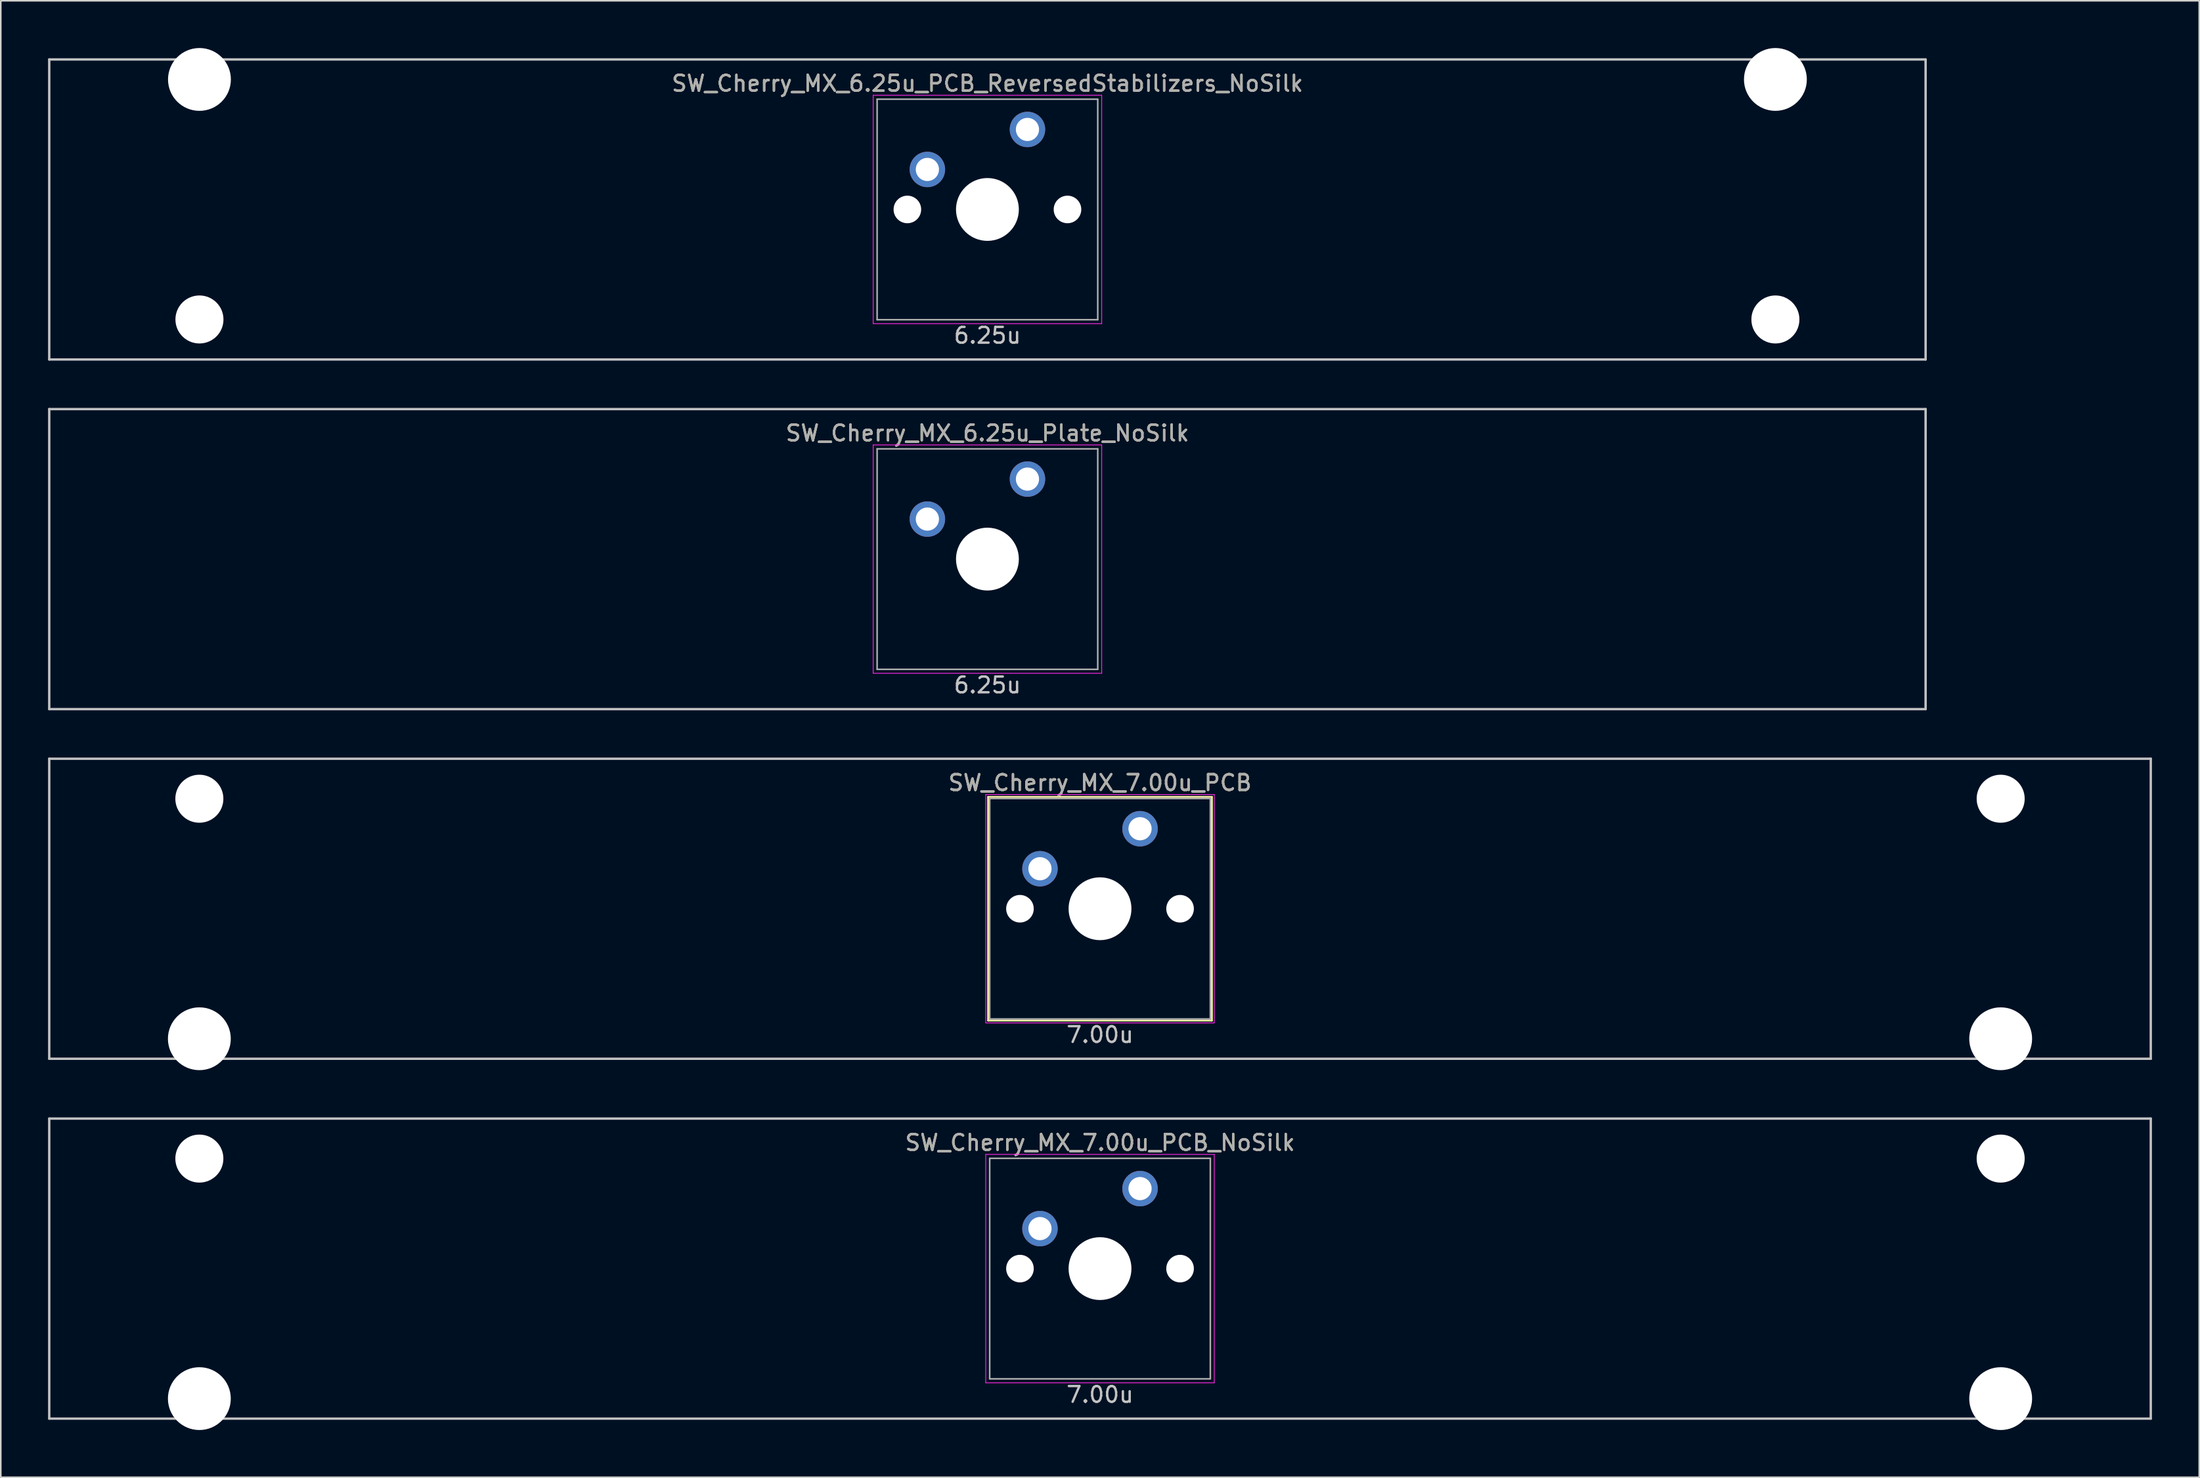
<source format=kicad_pcb>
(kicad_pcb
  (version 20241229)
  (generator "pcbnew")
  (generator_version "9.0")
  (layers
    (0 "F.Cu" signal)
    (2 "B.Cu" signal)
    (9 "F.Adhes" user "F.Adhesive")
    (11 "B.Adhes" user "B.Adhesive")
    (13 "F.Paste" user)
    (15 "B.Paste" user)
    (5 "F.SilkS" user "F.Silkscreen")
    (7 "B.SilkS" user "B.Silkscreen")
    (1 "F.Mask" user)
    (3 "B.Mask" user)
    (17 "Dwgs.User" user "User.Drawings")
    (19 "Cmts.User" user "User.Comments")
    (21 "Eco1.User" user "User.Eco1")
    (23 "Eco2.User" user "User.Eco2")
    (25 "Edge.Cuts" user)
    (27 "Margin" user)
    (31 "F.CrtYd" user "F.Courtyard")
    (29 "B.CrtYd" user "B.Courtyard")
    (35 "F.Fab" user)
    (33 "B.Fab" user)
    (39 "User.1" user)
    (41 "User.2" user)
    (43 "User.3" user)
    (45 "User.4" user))
  (footprint "SW_Cherry_MX_6.25u_Plate_NoSilk"
    (layer "F.Cu")
    (at 59.606 32.449)
    (property "Reference" "SW_Cherry_MX_6.25u_Plate_NoSilk" (at 0 -8 0) (layer "F.SilkS") (effects (font (size 1 1) (thickness 0.15))))
    (attr through_hole)
    (fp_line (start -59.531 -9.525) (end 59.531 -9.525) (stroke (width 0.15) (type solid)) (layer "Dwgs.User"))
    (fp_line (start -59.531 9.525) (end -59.531 -9.525) (stroke (width 0.15) (type solid)) (layer "Dwgs.User"))
    (fp_line (start -59.531 9.525) (end 59.531 9.525) (stroke (width 0.15) (type solid)) (layer "Dwgs.User"))
    (fp_line (start 59.531 -9.525) (end 59.531 9.525) (stroke (width 0.15) (type solid)) (layer "Dwgs.User"))
    (fp_line (start -7.25 -7.25) (end 7.25 -7.25) (stroke (width 0.05) (type solid)) (layer "F.CrtYd"))
    (fp_line (start -7.25 7.25) (end -7.25 -7.25) (stroke (width 0.05) (type solid)) (layer "F.CrtYd"))
    (fp_line (start 7.25 -7.25) (end 7.25 7.25) (stroke (width 0.05) (type solid)) (layer "F.CrtYd"))
    (fp_line (start 7.25 7.25) (end -7.25 7.25) (stroke (width 0.05) (type solid)) (layer "F.CrtYd"))
    (fp_line (start -7 -7) (end 7 -7) (stroke (width 0.1) (type solid)) (layer "F.Fab"))
    (fp_line (start -7 7) (end -7 -7) (stroke (width 0.1) (type solid)) (layer "F.Fab"))
    (fp_line (start 7 -7) (end 7 7) (stroke (width 0.1) (type solid)) (layer "F.Fab"))
    (fp_line (start 7 7) (end -7 7) (stroke (width 0.1) (type solid)) (layer "F.Fab"))
    (fp_text user "6.25u" (at 0 8 0) (layer "Dwgs.User") (effects (font (size 1 1) (thickness 0.15))))
    (fp_text user "${REFERENCE}" (at 0 -8 0) (layer "F.Fab") (effects (font (size 1 1) (thickness 0.15))))
    (pad "" np_thru_hole circle (at 0 0) (size 3.988 3.988) (drill 3.988) (layers "*.Cu" "*.Mask"))
    (pad "1" thru_hole circle (at -3.81 -2.54) (size 2.25 2.25) (drill 1.47) (layers "*.Cu" "B.Mask"))
    (pad "2" thru_hole circle (at 2.54 -5.08) (size 2.25 2.25) (drill 1.47) (layers "*.Cu" "B.Mask")))
  (footprint "SW_Cherry_MX_7.00u_PCB_NoSilk"
    (layer "F.Cu")
    (at 66.75 77.498)
    (property "Reference" "SW_Cherry_MX_7.00u_PCB_NoSilk" (at 0 -8 0) (layer "F.SilkS") (effects (font (size 1 1) (thickness 0.15))))
    (attr through_hole)
    (fp_line (start -66.675 -9.525) (end 66.675 -9.525) (stroke (width 0.15) (type solid)) (layer "Dwgs.User"))
    (fp_line (start -66.675 9.525) (end -66.675 -9.525) (stroke (width 0.15) (type solid)) (layer "Dwgs.User"))
    (fp_line (start -66.675 9.525) (end 66.675 9.525) (stroke (width 0.15) (type solid)) (layer "Dwgs.User"))
    (fp_line (start 66.675 -9.525) (end 66.675 9.525) (stroke (width 0.15) (type solid)) (layer "Dwgs.User"))
    (fp_line (start -7.25 -7.25) (end 7.25 -7.25) (stroke (width 0.05) (type solid)) (layer "F.CrtYd"))
    (fp_line (start -7.25 7.25) (end -7.25 -7.25) (stroke (width 0.05) (type solid)) (layer "F.CrtYd"))
    (fp_line (start 7.25 -7.25) (end 7.25 7.25) (stroke (width 0.05) (type solid)) (layer "F.CrtYd"))
    (fp_line (start 7.25 7.25) (end -7.25 7.25) (stroke (width 0.05) (type solid)) (layer "F.CrtYd"))
    (fp_line (start -7 -7) (end 7 -7) (stroke (width 0.1) (type solid)) (layer "F.Fab"))
    (fp_line (start -7 7) (end -7 -7) (stroke (width 0.1) (type solid)) (layer "F.Fab"))
    (fp_line (start 7 -7) (end 7 7) (stroke (width 0.1) (type solid)) (layer "F.Fab"))
    (fp_line (start 7 7) (end -7 7) (stroke (width 0.1) (type solid)) (layer "F.Fab"))
    (fp_text user "7.00u" (at 0 8 0) (layer "Dwgs.User") (effects (font (size 1 1) (thickness 0.15))))
    (fp_text user "${REFERENCE}" (at 0 -8 0) (layer "F.Fab") (effects (font (size 1 1) (thickness 0.15))))
    (pad "" np_thru_hole circle (at -57.15 -6.985) (size 3.048 3.048) (drill 3.048) (layers "*.Cu" "*.Mask"))
    (pad "" np_thru_hole circle (at -57.15 8.255) (size 3.988 3.988) (drill 3.988) (layers "*.Cu" "*.Mask"))
    (pad "" np_thru_hole circle (at -5.08 0 48.1) (size 1.75 1.75) (drill 1.75) (layers "*.Cu" "*.Mask"))
    (pad "" np_thru_hole circle (at 0 0) (size 3.988 3.988) (drill 3.988) (layers "*.Cu" "*.Mask"))
    (pad "" np_thru_hole circle (at 5.08 0 48.1) (size 1.75 1.75) (drill 1.75) (layers "*.Cu" "*.Mask"))
    (pad "" np_thru_hole circle (at 57.15 -6.985) (size 3.048 3.048) (drill 3.048) (layers "*.Cu" "*.Mask"))
    (pad "" np_thru_hole circle (at 57.15 8.255) (size 3.988 3.988) (drill 3.988) (layers "*.Cu" "*.Mask"))
    (pad "1" thru_hole circle (at -3.81 -2.54) (size 2.25 2.25) (drill 1.47) (layers "*.Cu" "B.Mask"))
    (pad "2" thru_hole circle (at 2.54 -5.08) (size 2.25 2.25) (drill 1.47) (layers "*.Cu" "B.Mask")))
  (footprint "SW_Cherry_MX_6.25u_PCB_ReversedStabilizers_NoSilk"
    (layer "F.Cu")
    (at 59.606 10.249)
    (property "Reference" "SW_Cherry_MX_6.25u_PCB_ReversedStabilizers_NoSilk" (at 0 -8 0) (layer "F.SilkS") (effects (font (size 1 1) (thickness 0.15))))
    (attr through_hole)
    (fp_line (start -59.531 -9.525) (end 59.531 -9.525) (stroke (width 0.15) (type solid)) (layer "Dwgs.User"))
    (fp_line (start -59.531 9.525) (end -59.531 -9.525) (stroke (width 0.15) (type solid)) (layer "Dwgs.User"))
    (fp_line (start -59.531 9.525) (end 59.531 9.525) (stroke (width 0.15) (type solid)) (layer "Dwgs.User"))
    (fp_line (start 59.531 -9.525) (end 59.531 9.525) (stroke (width 0.15) (type solid)) (layer "Dwgs.User"))
    (fp_line (start -7.25 -7.25) (end 7.25 -7.25) (stroke (width 0.05) (type solid)) (layer "F.CrtYd"))
    (fp_line (start -7.25 7.25) (end -7.25 -7.25) (stroke (width 0.05) (type solid)) (layer "F.CrtYd"))
    (fp_line (start 7.25 -7.25) (end 7.25 7.25) (stroke (width 0.05) (type solid)) (layer "F.CrtYd"))
    (fp_line (start 7.25 7.25) (end -7.25 7.25) (stroke (width 0.05) (type solid)) (layer "F.CrtYd"))
    (fp_line (start -7 -7) (end 7 -7) (stroke (width 0.1) (type solid)) (layer "F.Fab"))
    (fp_line (start -7 7) (end -7 -7) (stroke (width 0.1) (type solid)) (layer "F.Fab"))
    (fp_line (start 7 -7) (end 7 7) (stroke (width 0.1) (type solid)) (layer "F.Fab"))
    (fp_line (start 7 7) (end -7 7) (stroke (width 0.1) (type solid)) (layer "F.Fab"))
    (fp_text user "6.25u" (at 0 8 0) (layer "Dwgs.User") (effects (font (size 1 1) (thickness 0.15))))
    (fp_text user "${REFERENCE}" (at 0 -8 0) (layer "F.Fab") (effects (font (size 1 1) (thickness 0.15))))
    (pad "" np_thru_hole circle (at -50 -8.255) (size 3.988 3.988) (drill 3.988) (layers "*.Cu" "*.Mask"))
    (pad "" np_thru_hole circle (at -50 6.985) (size 3.048 3.048) (drill 3.048) (layers "*.Cu" "*.Mask"))
    (pad "" np_thru_hole circle (at -5.08 0 48.1) (size 1.75 1.75) (drill 1.75) (layers "*.Cu" "*.Mask"))
    (pad "" np_thru_hole circle (at 0 0) (size 3.988 3.988) (drill 3.988) (layers "*.Cu" "*.Mask"))
    (pad "" np_thru_hole circle (at 5.08 0 48.1) (size 1.75 1.75) (drill 1.75) (layers "*.Cu" "*.Mask"))
    (pad "" np_thru_hole circle (at 50 -8.255) (size 3.988 3.988) (drill 3.988) (layers "*.Cu" "*.Mask"))
    (pad "" np_thru_hole circle (at 50 6.985) (size 3.048 3.048) (drill 3.048) (layers "*.Cu" "*.Mask"))
    (pad "1" thru_hole circle (at -3.81 -2.54) (size 2.25 2.25) (drill 1.47) (layers "*.Cu" "B.Mask"))
    (pad "2" thru_hole circle (at 2.54 -5.08) (size 2.25 2.25) (drill 1.47) (layers "*.Cu" "B.Mask")))
  (footprint "SW_Cherry_MX_7.00u_PCB"
    (layer "F.Cu")
    (at 66.75 54.649)
    (property "Reference" "SW_Cherry_MX_7.00u_PCB" (at 0 -8 0) (layer "F.SilkS") (effects (font (size 1 1) (thickness 0.15))))
    (attr through_hole)
    (fp_line (start -7.1 -7.1) (end 7.1 -7.1) (stroke (width 0.12) (type solid)) (layer "F.SilkS"))
    (fp_line (start -7.1 7.1) (end -7.1 -7.1) (stroke (width 0.12) (type solid)) (layer "F.SilkS"))
    (fp_line (start 7.1 -7.1) (end 7.1 7.1) (stroke (width 0.12) (type solid)) (layer "F.SilkS"))
    (fp_line (start 7.1 7.1) (end -7.1 7.1) (stroke (width 0.12) (type solid)) (layer "F.SilkS"))
    (fp_line (start -66.675 -9.525) (end 66.675 -9.525) (stroke (width 0.15) (type solid)) (layer "Dwgs.User"))
    (fp_line (start -66.675 9.525) (end -66.675 -9.525) (stroke (width 0.15) (type solid)) (layer "Dwgs.User"))
    (fp_line (start -66.675 9.525) (end 66.675 9.525) (stroke (width 0.15) (type solid)) (layer "Dwgs.User"))
    (fp_line (start 66.675 -9.525) (end 66.675 9.525) (stroke (width 0.15) (type solid)) (layer "Dwgs.User"))
    (fp_line (start -7.25 -7.25) (end 7.25 -7.25) (stroke (width 0.05) (type solid)) (layer "F.CrtYd"))
    (fp_line (start -7.25 7.25) (end -7.25 -7.25) (stroke (width 0.05) (type solid)) (layer "F.CrtYd"))
    (fp_line (start 7.25 -7.25) (end 7.25 7.25) (stroke (width 0.05) (type solid)) (layer "F.CrtYd"))
    (fp_line (start 7.25 7.25) (end -7.25 7.25) (stroke (width 0.05) (type solid)) (layer "F.CrtYd"))
    (fp_line (start -7 -7) (end 7 -7) (stroke (width 0.1) (type solid)) (layer "F.Fab"))
    (fp_line (start -7 7) (end -7 -7) (stroke (width 0.1) (type solid)) (layer "F.Fab"))
    (fp_line (start 7 -7) (end 7 7) (stroke (width 0.1) (type solid)) (layer "F.Fab"))
    (fp_line (start 7 7) (end -7 7) (stroke (width 0.1) (type solid)) (layer "F.Fab"))
    (fp_text user "7.00u" (at 0 8 0) (layer "Dwgs.User") (effects (font (size 1 1) (thickness 0.15))))
    (fp_text user "${REFERENCE}" (at 0 -8 0) (layer "F.Fab") (effects (font (size 1 1) (thickness 0.15))))
    (pad "" np_thru_hole circle (at -57.15 -6.985) (size 3.048 3.048) (drill 3.048) (layers "*.Cu" "*.Mask"))
    (pad "" np_thru_hole circle (at -57.15 8.255) (size 3.988 3.988) (drill 3.988) (layers "*.Cu" "*.Mask"))
    (pad "" np_thru_hole circle (at -5.08 0 48.1) (size 1.75 1.75) (drill 1.75) (layers "*.Cu" "*.Mask"))
    (pad "" np_thru_hole circle (at 0 0) (size 3.988 3.988) (drill 3.988) (layers "*.Cu" "*.Mask"))
    (pad "" np_thru_hole circle (at 5.08 0 48.1) (size 1.75 1.75) (drill 1.75) (layers "*.Cu" "*.Mask"))
    (pad "" np_thru_hole circle (at 57.15 -6.985) (size 3.048 3.048) (drill 3.048) (layers "*.Cu" "*.Mask"))
    (pad "" np_thru_hole circle (at 57.15 8.255) (size 3.988 3.988) (drill 3.988) (layers "*.Cu" "*.Mask"))
    (pad "1" thru_hole circle (at -3.81 -2.54) (size 2.25 2.25) (drill 1.47) (layers "*.Cu" "B.Mask"))
    (pad "2" thru_hole circle (at 2.54 -5.08) (size 2.25 2.25) (drill 1.47) (layers "*.Cu" "B.Mask")))
  (gr_rect
    (start -3 -3)
    (end 136.5 90.747)
    (stroke (width 0.1) (type default))
    (fill no)
    (layer "Edge.Cuts")))
</source>
